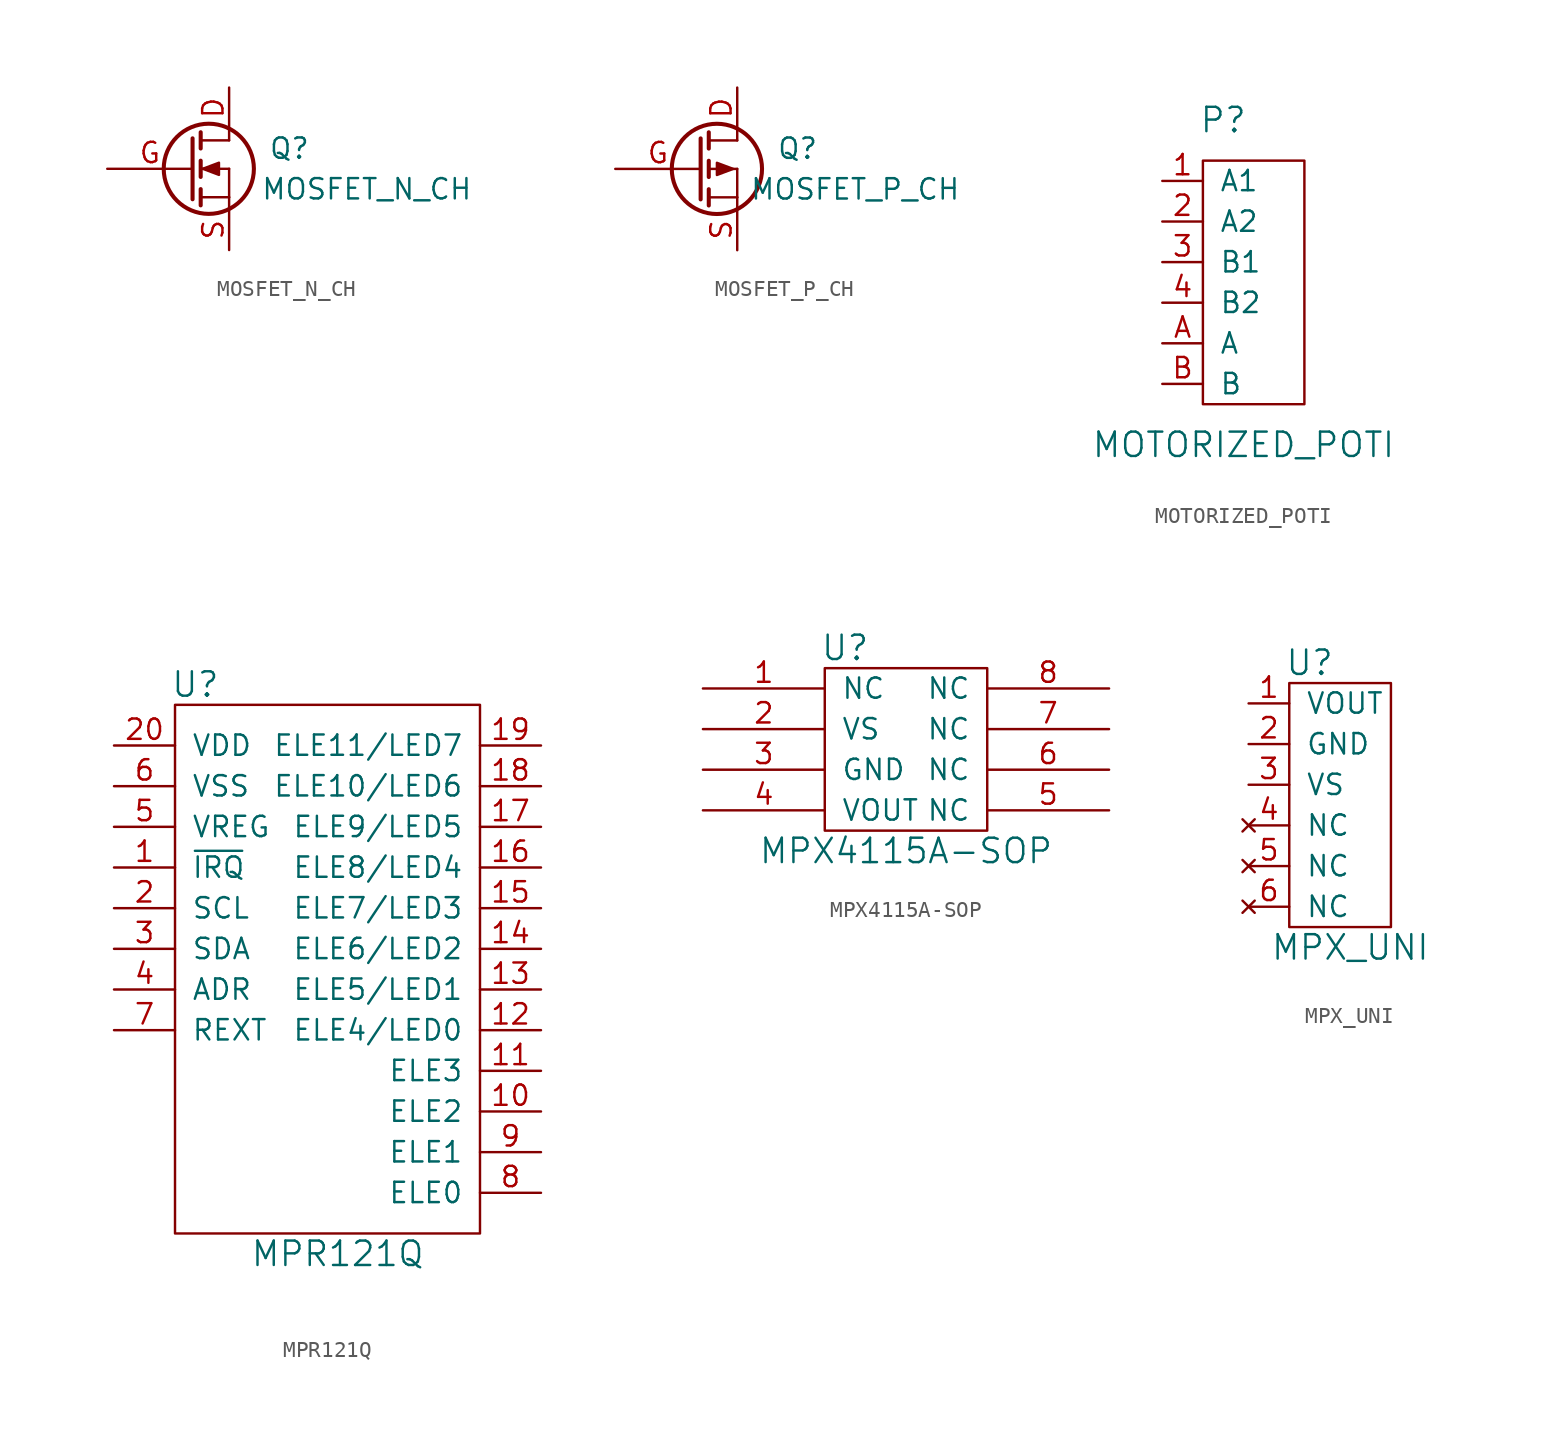
<source format=kicad_sym>
(kicad_symbol_lib
  (version 20211014)
  (generator kicad_symbol_editor)
  (symbol "MOSFET_N_CH"
    (pin_names
      (offset 0) hide)
    (property "Reference" "Q"
      (at 7.62 1.27 0)
      (effects (font (size 1.27 1.27)) (justify right)))
    (property "Value" "MOSFET_N_CH"
      (at 17.78 -1.27 0)
      (effects (font (size 1.27 1.27)) (justify right)))
    (property "Footprint" ""
      (at 5.08 2.54 0)
      (effects (font (size 1.27 1.27))))
    (property "Datasheet" ""
      (at 0 0 0)
      (effects (font (size 1.27 1.27))))
    (symbol "MOSFET_N_CH_0_1"
      (polyline (pts (xy 0.762 -1.778) (xy 2.54 -1.778)) (stroke (width 0) (type default) (color 0 0 0 0)) (fill (type none)))
      (polyline (pts (xy 0.762 -1.27) (xy 0.762 -2.286)) (stroke (width 0.254) (type default) (color 0 0 0 0)) (fill (type none)))
      (polyline (pts (xy 0.762 0) (xy 2.54 0)) (stroke (width 0) (type default) (color 0 0 0 0)) (fill (type none)))
      (polyline (pts (xy 0.762 0.508) (xy 0.762 -0.508)) (stroke (width 0.254) (type default) (color 0 0 0 0)) (fill (type none)))
      (polyline (pts (xy 0.762 1.778) (xy 2.54 1.778)) (stroke (width 0) (type default) (color 0 0 0 0)) (fill (type none)))
      (polyline (pts (xy 0.762 2.286) (xy 0.762 1.27)) (stroke (width 0.254) (type default) (color 0 0 0 0)) (fill (type none)))
      (polyline (pts (xy 2.54 -1.778) (xy 2.54 -2.54)) (stroke (width 0) (type default) (color 0 0 0 0)) (fill (type none)))
      (polyline (pts (xy 2.54 -1.778) (xy 2.54 0)) (stroke (width 0) (type default) (color 0 0 0 0)) (fill (type none)))
      (polyline (pts (xy 2.54 2.54) (xy 2.54 1.778)) (stroke (width 0) (type default) (color 0 0 0 0)) (fill (type none)))
      (polyline (pts (xy 0.254 1.905) (xy 0.254 -1.905) (xy 0.254 -1.905)) (stroke (width 0.254) (type default) (color 0 0 0 0)) (fill (type none)))
      (polyline (pts (xy 0.889 0) (xy 1.905 0.381) (xy 1.905 -0.381) (xy 0.889 0)) (stroke (width 0) (type default) (color 0 0 0 0)) (fill (type outline)))
      (circle (center 1.27 0) (radius 2.819) (stroke (width 0.254) (type default) (color 0 0 0 0)) (fill (type none))))
    (symbol "MOSFET_N_CH_1_1"
      (pin passive line (at 2.54 5.08 270) (length 2.54) (name "D" (effects (font (size 1.27 1.27)))) (number "D" (effects (font (size 1.27 1.27)))))
      (pin input line (at -5.08 0 0) (length 5.334) (name "G" (effects (font (size 1.27 1.27)))) (number "G" (effects (font (size 1.27 1.27)))))
      (pin passive line (at 2.54 -5.08 90) (length 2.54) (name "S" (effects (font (size 1.27 1.27)))) (number "S" (effects (font (size 1.27 1.27)))))))
  (symbol "MOSFET_P_CH"
    (pin_names
      (offset 0) hide)
    (property "Reference" "Q"
      (at 7.62 1.27 0)
      (effects (font (size 1.27 1.27)) (justify right)))
    (property "Value" "MOSFET_P_CH"
      (at 16.51 -1.27 0)
      (effects (font (size 1.27 1.27)) (justify right)))
    (property "Footprint" ""
      (at 5.08 2.54 0)
      (effects (font (size 1.27 1.27))))
    (property "Datasheet" ""
      (at 0 0 0)
      (effects (font (size 1.27 1.27))))
    (symbol "MOSFET_P_CH_0_1"
      (polyline (pts (xy 0.762 -1.778) (xy 2.54 -1.778)) (stroke (width 0) (type default) (color 0 0 0 0)) (fill (type none)))
      (polyline (pts (xy 0.762 -1.27) (xy 0.762 -2.286)) (stroke (width 0.254) (type default) (color 0 0 0 0)) (fill (type none)))
      (polyline (pts (xy 0.762 0) (xy 2.54 0)) (stroke (width 0) (type default) (color 0 0 0 0)) (fill (type none)))
      (polyline (pts (xy 0.762 0.508) (xy 0.762 -0.508)) (stroke (width 0.254) (type default) (color 0 0 0 0)) (fill (type none)))
      (polyline (pts (xy 0.762 1.778) (xy 2.54 1.778)) (stroke (width 0) (type default) (color 0 0 0 0)) (fill (type none)))
      (polyline (pts (xy 0.762 2.286) (xy 0.762 1.27)) (stroke (width 0.254) (type default) (color 0 0 0 0)) (fill (type none)))
      (polyline (pts (xy 2.54 -1.778) (xy 2.54 -2.54)) (stroke (width 0) (type default) (color 0 0 0 0)) (fill (type none)))
      (polyline (pts (xy 2.54 -1.778) (xy 2.54 0)) (stroke (width 0) (type default) (color 0 0 0 0)) (fill (type none)))
      (polyline (pts (xy 2.54 2.54) (xy 2.54 1.778)) (stroke (width 0) (type default) (color 0 0 0 0)) (fill (type none)))
      (polyline (pts (xy 0.254 1.905) (xy 0.254 -1.905) (xy 0.254 -1.905)) (stroke (width 0.254) (type default) (color 0 0 0 0)) (fill (type none)))
      (polyline (pts (xy 2.286 0) (xy 1.27 -0.381) (xy 1.27 0.381) (xy 2.286 0)) (stroke (width 0) (type default) (color 0 0 0 0)) (fill (type outline)))
      (circle (center 1.27 0) (radius 2.819) (stroke (width 0.254) (type default) (color 0 0 0 0)) (fill (type none))))
    (symbol "MOSFET_P_CH_1_1"
      (pin passive line (at 2.54 5.08 270) (length 2.54) (name "D" (effects (font (size 1.27 1.27)))) (number "D" (effects (font (size 1.27 1.27)))))
      (pin input line (at -5.08 0 0) (length 5.334) (name "G" (effects (font (size 1.27 1.27)))) (number "G" (effects (font (size 1.27 1.27)))))
      (pin passive line (at 2.54 -5.08 90) (length 2.54) (name "S" (effects (font (size 1.27 1.27)))) (number "S" (effects (font (size 1.27 1.27)))))))
  (symbol "MOTORIZED_POTI"
    (pin_names
      (offset 1.016))
    (property "Reference" "P"
      (at 1.27 10.16 0)
      (effects (font (size 1.524 1.524))))
    (property "Value" "MOTORIZED_POTI"
      (at 2.54 -10.16 0)
      (effects (font (size 1.524 1.524))))
    (property "Footprint" ""
      (at 0 0 0)
      (effects (font (size 1.524 1.524))))
    (property "Datasheet" ""
      (at 0 0 0)
      (effects (font (size 1.524 1.524))))
    (symbol "MOTORIZED_POTI_0_1"
      (rectangle (start 0 7.62) (end 6.35 -7.62) (stroke (width 0) (type default) (color 0 0 0 0)) (fill (type none))))
    (symbol "MOTORIZED_POTI_1_1"
      (pin passive line (at -2.54 6.35 0) (length 2.54) (name "A1" (effects (font (size 1.27 1.27)))) (number "1" (effects (font (size 1.27 1.27)))))
      (pin passive line (at -2.54 3.81 0) (length 2.54) (name "A2" (effects (font (size 1.27 1.27)))) (number "2" (effects (font (size 1.27 1.27)))))
      (pin passive line (at -2.54 1.27 0) (length 2.54) (name "B1" (effects (font (size 1.27 1.27)))) (number "3" (effects (font (size 1.27 1.27)))))
      (pin passive line (at -2.54 -1.27 0) (length 2.54) (name "B2" (effects (font (size 1.27 1.27)))) (number "4" (effects (font (size 1.27 1.27)))))
      (pin passive line (at -2.54 -3.81 0) (length 2.54) (name "A" (effects (font (size 1.27 1.27)))) (number "A" (effects (font (size 1.27 1.27)))))
      (pin passive line (at -2.54 -6.35 0) (length 2.54) (name "B" (effects (font (size 1.27 1.27)))) (number "B" (effects (font (size 1.27 1.27)))))))
  (symbol "MPR121Q"
    (pin_names
      (offset 1.016))
    (property "Reference" "U"
      (at -7.62 16.51 0)
      (effects (font (size 1.524 1.524))))
    (property "Value" "MPR121Q"
      (at 1.27 -19.05 0)
      (effects (font (size 1.524 1.524))))
    (property "Footprint" ""
      (at 7.62 2.54 0)
      (effects (font (size 1.524 1.524))))
    (property "Datasheet" ""
      (at 7.62 2.54 0)
      (effects (font (size 1.524 1.524))))
    (symbol "MPR121Q_0_1"
      (rectangle (start -8.89 15.24) (end 10.16 -17.78) (stroke (width 0) (type default) (color 0 0 0 0)) (fill (type none))))
    (symbol "MPR121Q_1_1"
      (pin passive line (at -12.7 5.08 0) (length 3.81) (name "~{IRQ}" (effects (font (size 1.27 1.27)))) (number "1" (effects (font (size 1.27 1.27)))))
      (pin passive line (at 13.97 -10.16 180) (length 3.81) (name "ELE2" (effects (font (size 1.27 1.27)))) (number "10" (effects (font (size 1.27 1.27)))))
      (pin passive line (at 13.97 -7.62 180) (length 3.81) (name "ELE3" (effects (font (size 1.27 1.27)))) (number "11" (effects (font (size 1.27 1.27)))))
      (pin passive line (at 13.97 -5.08 180) (length 3.81) (name "ELE4/LED0" (effects (font (size 1.27 1.27)))) (number "12" (effects (font (size 1.27 1.27)))))
      (pin passive line (at 13.97 -2.54 180) (length 3.81) (name "ELE5/LED1" (effects (font (size 1.27 1.27)))) (number "13" (effects (font (size 1.27 1.27)))))
      (pin passive line (at 13.97 0 180) (length 3.81) (name "ELE6/LED2" (effects (font (size 1.27 1.27)))) (number "14" (effects (font (size 1.27 1.27)))))
      (pin passive line (at 13.97 2.54 180) (length 3.81) (name "ELE7/LED3" (effects (font (size 1.27 1.27)))) (number "15" (effects (font (size 1.27 1.27)))))
      (pin passive line (at 13.97 5.08 180) (length 3.81) (name "ELE8/LED4" (effects (font (size 1.27 1.27)))) (number "16" (effects (font (size 1.27 1.27)))))
      (pin passive line (at 13.97 7.62 180) (length 3.81) (name "ELE9/LED5" (effects (font (size 1.27 1.27)))) (number "17" (effects (font (size 1.27 1.27)))))
      (pin passive line (at 13.97 10.16 180) (length 3.81) (name "ELE10/LED6" (effects (font (size 1.27 1.27)))) (number "18" (effects (font (size 1.27 1.27)))))
      (pin passive line (at 13.97 12.7 180) (length 3.81) (name "ELE11/LED7" (effects (font (size 1.27 1.27)))) (number "19" (effects (font (size 1.27 1.27)))))
      (pin passive line (at -12.7 2.54 0) (length 3.81) (name "SCL" (effects (font (size 1.27 1.27)))) (number "2" (effects (font (size 1.27 1.27)))))
      (pin passive line (at -12.7 12.7 0) (length 3.81) (name "VDD" (effects (font (size 1.27 1.27)))) (number "20" (effects (font (size 1.27 1.27)))))
      (pin passive line (at -12.7 0 0) (length 3.81) (name "SDA" (effects (font (size 1.27 1.27)))) (number "3" (effects (font (size 1.27 1.27)))))
      (pin passive line (at -12.7 -2.54 0) (length 3.81) (name "ADR" (effects (font (size 1.27 1.27)))) (number "4" (effects (font (size 1.27 1.27)))))
      (pin passive line (at -12.7 7.62 0) (length 3.81) (name "VREG" (effects (font (size 1.27 1.27)))) (number "5" (effects (font (size 1.27 1.27)))))
      (pin passive line (at -12.7 10.16 0) (length 3.81) (name "VSS" (effects (font (size 1.27 1.27)))) (number "6" (effects (font (size 1.27 1.27)))))
      (pin passive line (at -12.7 -5.08 0) (length 3.81) (name "REXT" (effects (font (size 1.27 1.27)))) (number "7" (effects (font (size 1.27 1.27)))))
      (pin passive line (at 13.97 -15.24 180) (length 3.81) (name "ELE0" (effects (font (size 1.27 1.27)))) (number "8" (effects (font (size 1.27 1.27)))))
      (pin passive line (at 13.97 -12.7 180) (length 3.81) (name "ELE1" (effects (font (size 1.27 1.27)))) (number "9" (effects (font (size 1.27 1.27)))))))
  (symbol "MPX4115A-SOP"
    (pin_names
      (offset 1.016))
    (property "Reference" "U"
      (at -3.81 6.35 0)
      (effects (font (size 1.524 1.524))))
    (property "Value" "MPX4115A-SOP"
      (at 0 -6.35 0)
      (effects (font (size 1.524 1.524))))
    (property "Footprint" ""
      (at 0 0 0)
      (effects (font (size 1.524 1.524))))
    (property "Datasheet" ""
      (at 0 0 0)
      (effects (font (size 1.524 1.524))))
    (symbol "MPX4115A-SOP_0_1"
      (rectangle (start -5.08 5.08) (end 5.08 -5.08) (stroke (width 0) (type default) (color 0 0 0 0)) (fill (type none))))
    (symbol "MPX4115A-SOP_1_1"
      (pin input line (at -12.7 3.81 0) (length 7.62) (name "NC" (effects (font (size 1.27 1.27)))) (number "1" (effects (font (size 1.27 1.27)))))
      (pin input line (at -12.7 1.27 0) (length 7.62) (name "VS" (effects (font (size 1.27 1.27)))) (number "2" (effects (font (size 1.27 1.27)))))
      (pin input line (at -12.7 -1.27 0) (length 7.62) (name "GND" (effects (font (size 1.27 1.27)))) (number "3" (effects (font (size 1.27 1.27)))))
      (pin input line (at -12.7 -3.81 0) (length 7.62) (name "VOUT" (effects (font (size 1.27 1.27)))) (number "4" (effects (font (size 1.27 1.27)))))
      (pin input line (at 12.7 -3.81 180) (length 7.62) (name "NC" (effects (font (size 1.27 1.27)))) (number "5" (effects (font (size 1.27 1.27)))))
      (pin input line (at 12.7 -1.27 180) (length 7.62) (name "NC" (effects (font (size 1.27 1.27)))) (number "6" (effects (font (size 1.27 1.27)))))
      (pin input line (at 12.7 1.27 180) (length 7.62) (name "NC" (effects (font (size 1.27 1.27)))) (number "7" (effects (font (size 1.27 1.27)))))
      (pin input line (at 12.7 3.81 180) (length 7.62) (name "NC" (effects (font (size 1.27 1.27)))) (number "8" (effects (font (size 1.27 1.27)))))))
  (symbol "MPX_UNI"
    (pin_names
      (offset 1.016))
    (property "Reference" "U"
      (at 1.27 8.89 0)
      (effects (font (size 1.524 1.524))))
    (property "Value" "MPX_UNI"
      (at 3.81 -8.89 0)
      (effects (font (size 1.524 1.524))))
    (property "Footprint" ""
      (at 10.16 10.16 0)
      (effects (font (size 1.524 1.524))))
    (property "Datasheet" ""
      (at 10.16 10.16 0)
      (effects (font (size 1.524 1.524))))
    (symbol "MPX_UNI_0_1"
      (rectangle (start 0 7.62) (end 6.35 -7.62) (stroke (width 0) (type default) (color 0 0 0 0)) (fill (type none))))
    (symbol "MPX_UNI_1_1"
      (pin passive line (at -2.54 6.35 0) (length 2.54) (name "VOUT" (effects (font (size 1.27 1.27)))) (number "1" (effects (font (size 1.27 1.27)))))
      (pin passive line (at -2.54 3.81 0) (length 2.54) (name "GND" (effects (font (size 1.27 1.27)))) (number "2" (effects (font (size 1.27 1.27)))))
      (pin passive line (at -2.54 1.27 0) (length 2.54) (name "VS" (effects (font (size 1.27 1.27)))) (number "3" (effects (font (size 1.27 1.27)))))
      (pin no_connect line (at -2.54 -1.27 0) (length 2.54) (name "NC" (effects (font (size 1.27 1.27)))) (number "4" (effects (font (size 1.27 1.27)))))
      (pin no_connect line (at -2.54 -3.81 0) (length 2.54) (name "NC" (effects (font (size 1.27 1.27)))) (number "5" (effects (font (size 1.27 1.27)))))
      (pin no_connect line (at -2.54 -6.35 0) (length 2.54) (name "NC" (effects (font (size 1.27 1.27)))) (number "6" (effects (font (size 1.27 1.27))))))))
</source>
